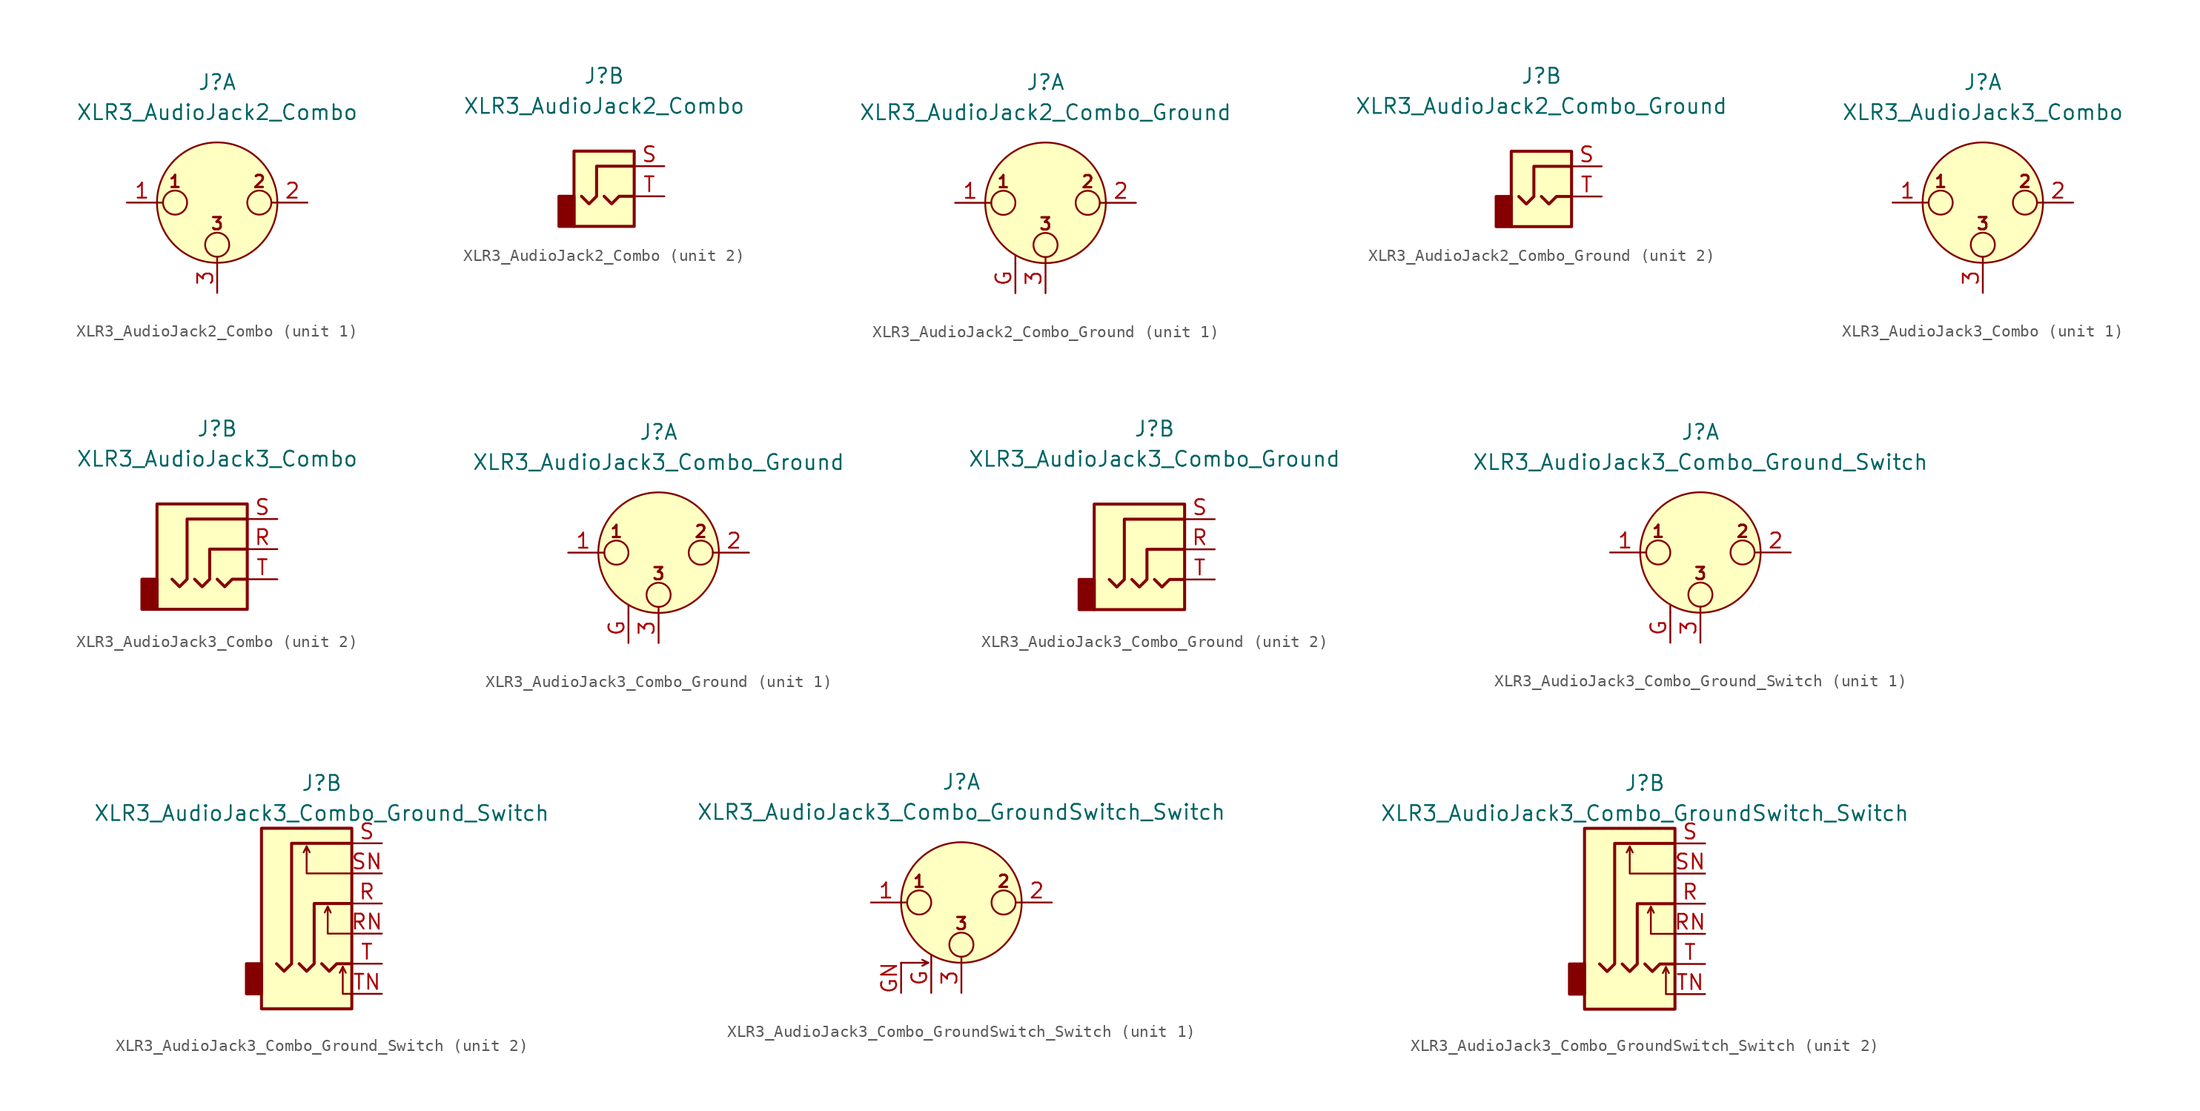
<source format=kicad_sym>
(kicad_symbol_lib
  (version 20201005)
  (generator kicad_symbol_editor)
  (symbol "XLR3_AudioJack2_Combo"
    (pin_names hide)
    (property "Reference" "J"
      (at 0 10.16 0)
      (effects (font (size 1.27 1.27))))
    (property "Value" "XLR3_AudioJack2_Combo"
      (at 0 7.62 0)
      (effects (font (size 1.27 1.27))))
    (symbol "XLR3_AudioJack2_Combo_1_1"
      (circle (center -3.556 0) (radius 1.016) (stroke (width 0)) (fill (type none)))
      (circle (center 0 -3.556) (radius 1.016) (stroke (width 0)) (fill (type none)))
      (circle (center 0 0) (radius 5.08) (stroke (width 0)) (fill (type background)))
      (circle (center 3.556 0) (radius 1.016) (stroke (width 0)) (fill (type none)))
      (text "1" (at -3.556 1.778 0) (effects (font (size 1.016 1.016) bold)))
      (text "2" (at 3.556 1.778 0) (effects (font (size 1.016 1.016) bold)))
      (text "3" (at 0 -1.778 0) (effects (font (size 1.016 1.016) bold)))
      (polyline (pts (xy -5.08 0) (xy -4.572 0)) (stroke (width 0)) (fill (type none)))
      (polyline (pts (xy 0 -5.08) (xy 0 -4.572)) (stroke (width 0)) (fill (type none)))
      (polyline (pts (xy 5.08 0) (xy 4.572 0)) (stroke (width 0)) (fill (type none)))
      (pin passive line (at -7.62 0 0) (length 2.54) (name "~" (effects (font (size 1.27 1.27)))) (number "1" (effects (font (size 1.27 1.27)))))
      (pin passive line (at 7.62 0 180) (length 2.54) (name "~" (effects (font (size 1.27 1.27)))) (number "2" (effects (font (size 1.27 1.27)))))
      (pin passive line (at 0 -7.62 90) (length 2.54) (name "~" (effects (font (size 1.27 1.27)))) (number "3" (effects (font (size 1.27 1.27))))))
    (symbol "XLR3_AudioJack2_Combo_2_1"
      (rectangle (start -2.54 0) (end -3.81 -2.54) (stroke (width 0.254)) (fill (type outline)))
      (rectangle (start 2.54 3.81) (end -2.54 -2.54) (stroke (width 0.254)) (fill (type background)))
      (polyline (pts (xy 0 0) (xy 0.635 -0.635) (xy 1.27 0) (xy 2.54 0)) (stroke (width 0.254)) (fill (type none)))
      (polyline (pts (xy 2.54 2.54) (xy -0.635 2.54) (xy -0.635 0) (xy -1.27 -0.635) (xy -1.905 0)) (stroke (width 0.254)) (fill (type none)))
      (pin passive line (at 5.08 2.54 180) (length 2.54) (name "~" (effects (font (size 1.27 1.27)))) (number "S" (effects (font (size 1.27 1.27)))))
      (pin passive line (at 5.08 0 180) (length 2.54) (name "~" (effects (font (size 1.27 1.27)))) (number "T" (effects (font (size 1.27 1.27)))))))
  (symbol "XLR3_AudioJack2_Combo_Ground"
    (pin_names hide)
    (property "Reference" "J"
      (at 0 10.16 0)
      (effects (font (size 1.27 1.27))))
    (property "Value" "XLR3_AudioJack2_Combo_Ground"
      (at 0 7.62 0)
      (effects (font (size 1.27 1.27))))
    (symbol "XLR3_AudioJack2_Combo_Ground_1_1"
      (circle (center -3.556 0) (radius 1.016) (stroke (width 0)) (fill (type none)))
      (circle (center 0 -3.556) (radius 1.016) (stroke (width 0)) (fill (type none)))
      (circle (center 0 0) (radius 5.08) (stroke (width 0)) (fill (type background)))
      (circle (center 3.556 0) (radius 1.016) (stroke (width 0)) (fill (type none)))
      (text "1" (at -3.556 1.778 0) (effects (font (size 1.016 1.016) bold)))
      (text "2" (at 3.556 1.778 0) (effects (font (size 1.016 1.016) bold)))
      (text "3" (at 0 -1.778 0) (effects (font (size 1.016 1.016) bold)))
      (polyline (pts (xy -5.08 0) (xy -4.572 0)) (stroke (width 0)) (fill (type none)))
      (polyline (pts (xy -2.54 -5.08) (xy -2.54 -4.445)) (stroke (width 0)) (fill (type none)))
      (polyline (pts (xy 0 -5.08) (xy 0 -4.572)) (stroke (width 0)) (fill (type none)))
      (polyline (pts (xy 5.08 0) (xy 4.572 0)) (stroke (width 0)) (fill (type none)))
      (pin passive line (at -7.62 0 0) (length 2.54) (name "~" (effects (font (size 1.27 1.27)))) (number "1" (effects (font (size 1.27 1.27)))))
      (pin passive line (at 7.62 0 180) (length 2.54) (name "~" (effects (font (size 1.27 1.27)))) (number "2" (effects (font (size 1.27 1.27)))))
      (pin passive line (at 0 -7.62 90) (length 2.54) (name "~" (effects (font (size 1.27 1.27)))) (number "3" (effects (font (size 1.27 1.27)))))
      (pin passive line (at -2.54 -7.62 90) (length 2.54) (name "~" (effects (font (size 1.27 1.27)))) (number "G" (effects (font (size 1.27 1.27))))))
    (symbol "XLR3_AudioJack2_Combo_Ground_2_1"
      (rectangle (start -2.54 0) (end -3.81 -2.54) (stroke (width 0.254)) (fill (type outline)))
      (rectangle (start 2.54 3.81) (end -2.54 -2.54) (stroke (width 0.254)) (fill (type background)))
      (polyline (pts (xy 0 0) (xy 0.635 -0.635) (xy 1.27 0) (xy 2.54 0)) (stroke (width 0.254)) (fill (type none)))
      (polyline (pts (xy 2.54 2.54) (xy -0.635 2.54) (xy -0.635 0) (xy -1.27 -0.635) (xy -1.905 0)) (stroke (width 0.254)) (fill (type none)))
      (pin passive line (at 5.08 2.54 180) (length 2.54) (name "~" (effects (font (size 1.27 1.27)))) (number "S" (effects (font (size 1.27 1.27)))))
      (pin passive line (at 5.08 0 180) (length 2.54) (name "~" (effects (font (size 1.27 1.27)))) (number "T" (effects (font (size 1.27 1.27)))))))
  (symbol "XLR3_AudioJack3_Combo"
    (pin_names hide)
    (property "Reference" "J"
      (at 0 10.16 0)
      (effects (font (size 1.27 1.27))))
    (property "Value" "XLR3_AudioJack3_Combo"
      (at 0 7.62 0)
      (effects (font (size 1.27 1.27))))
    (symbol "XLR3_AudioJack3_Combo_1_1"
      (circle (center -3.556 0) (radius 1.016) (stroke (width 0)) (fill (type none)))
      (circle (center 0 -3.556) (radius 1.016) (stroke (width 0)) (fill (type none)))
      (circle (center 0 0) (radius 5.08) (stroke (width 0)) (fill (type background)))
      (circle (center 3.556 0) (radius 1.016) (stroke (width 0)) (fill (type none)))
      (text "1" (at -3.556 1.778 0) (effects (font (size 1.016 1.016) bold)))
      (text "2" (at 3.556 1.778 0) (effects (font (size 1.016 1.016) bold)))
      (text "3" (at 0 -1.778 0) (effects (font (size 1.016 1.016) bold)))
      (polyline (pts (xy -5.08 0) (xy -4.572 0)) (stroke (width 0)) (fill (type none)))
      (polyline (pts (xy 0 -5.08) (xy 0 -4.572)) (stroke (width 0)) (fill (type none)))
      (polyline (pts (xy 5.08 0) (xy 4.572 0)) (stroke (width 0)) (fill (type none)))
      (pin passive line (at -7.62 0 0) (length 2.54) (name "~" (effects (font (size 1.27 1.27)))) (number "1" (effects (font (size 1.27 1.27)))))
      (pin passive line (at 7.62 0 180) (length 2.54) (name "~" (effects (font (size 1.27 1.27)))) (number "2" (effects (font (size 1.27 1.27)))))
      (pin passive line (at 0 -7.62 90) (length 2.54) (name "~" (effects (font (size 1.27 1.27)))) (number "3" (effects (font (size 1.27 1.27))))))
    (symbol "XLR3_AudioJack3_Combo_2_1"
      (rectangle (start -5.08 -2.54) (end -6.35 -5.08) (stroke (width 0.254)) (fill (type outline)))
      (rectangle (start 2.54 3.81) (end -5.08 -5.08) (stroke (width 0.254)) (fill (type background)))
      (polyline (pts (xy 0 -2.54) (xy 0.635 -3.175) (xy 1.27 -2.54) (xy 2.54 -2.54)) (stroke (width 0.254)) (fill (type none)))
      (polyline (pts (xy -1.905 -2.54) (xy -1.27 -3.175) (xy -0.635 -2.54) (xy -0.635 0) (xy 2.54 0)) (stroke (width 0.254)) (fill (type none)))
      (polyline (pts (xy 2.54 2.54) (xy -2.54 2.54) (xy -2.54 -2.54) (xy -3.175 -3.175) (xy -3.81 -2.54)) (stroke (width 0.254)) (fill (type none)))
      (pin passive line (at 5.08 0 180) (length 2.54) (name "~" (effects (font (size 1.27 1.27)))) (number "R" (effects (font (size 1.27 1.27)))))
      (pin passive line (at 5.08 2.54 180) (length 2.54) (name "~" (effects (font (size 1.27 1.27)))) (number "S" (effects (font (size 1.27 1.27)))))
      (pin passive line (at 5.08 -2.54 180) (length 2.54) (name "~" (effects (font (size 1.27 1.27)))) (number "T" (effects (font (size 1.27 1.27)))))))
  (symbol "XLR3_AudioJack3_Combo_Ground"
    (pin_names hide)
    (property "Reference" "J"
      (at 0 10.16 0)
      (effects (font (size 1.27 1.27))))
    (property "Value" "XLR3_AudioJack3_Combo_Ground"
      (at 0 7.62 0)
      (effects (font (size 1.27 1.27))))
    (symbol "XLR3_AudioJack3_Combo_Ground_1_1"
      (circle (center -3.556 0) (radius 1.016) (stroke (width 0)) (fill (type none)))
      (circle (center 0 -3.556) (radius 1.016) (stroke (width 0)) (fill (type none)))
      (circle (center 0 0) (radius 5.08) (stroke (width 0)) (fill (type background)))
      (circle (center 3.556 0) (radius 1.016) (stroke (width 0)) (fill (type none)))
      (text "1" (at -3.556 1.778 0) (effects (font (size 1.016 1.016) bold)))
      (text "2" (at 3.556 1.778 0) (effects (font (size 1.016 1.016) bold)))
      (text "3" (at 0 -1.778 0) (effects (font (size 1.016 1.016) bold)))
      (polyline (pts (xy -5.08 0) (xy -4.572 0)) (stroke (width 0)) (fill (type none)))
      (polyline (pts (xy -2.54 -5.08) (xy -2.54 -4.445)) (stroke (width 0)) (fill (type none)))
      (polyline (pts (xy 0 -5.08) (xy 0 -4.572)) (stroke (width 0)) (fill (type none)))
      (polyline (pts (xy 5.08 0) (xy 4.572 0)) (stroke (width 0)) (fill (type none)))
      (pin passive line (at -7.62 0 0) (length 2.54) (name "~" (effects (font (size 1.27 1.27)))) (number "1" (effects (font (size 1.27 1.27)))))
      (pin passive line (at 7.62 0 180) (length 2.54) (name "~" (effects (font (size 1.27 1.27)))) (number "2" (effects (font (size 1.27 1.27)))))
      (pin passive line (at 0 -7.62 90) (length 2.54) (name "~" (effects (font (size 1.27 1.27)))) (number "3" (effects (font (size 1.27 1.27)))))
      (pin passive line (at -2.54 -7.62 90) (length 2.54) (name "~" (effects (font (size 1.27 1.27)))) (number "G" (effects (font (size 1.27 1.27))))))
    (symbol "XLR3_AudioJack3_Combo_Ground_2_1"
      (rectangle (start -5.08 -2.54) (end -6.35 -5.08) (stroke (width 0.254)) (fill (type outline)))
      (rectangle (start 2.54 3.81) (end -5.08 -5.08) (stroke (width 0.254)) (fill (type background)))
      (polyline (pts (xy 0 -2.54) (xy 0.635 -3.175) (xy 1.27 -2.54) (xy 2.54 -2.54)) (stroke (width 0.254)) (fill (type none)))
      (polyline (pts (xy -1.905 -2.54) (xy -1.27 -3.175) (xy -0.635 -2.54) (xy -0.635 0) (xy 2.54 0)) (stroke (width 0.254)) (fill (type none)))
      (polyline (pts (xy 2.54 2.54) (xy -2.54 2.54) (xy -2.54 -2.54) (xy -3.175 -3.175) (xy -3.81 -2.54)) (stroke (width 0.254)) (fill (type none)))
      (pin passive line (at 5.08 0 180) (length 2.54) (name "~" (effects (font (size 1.27 1.27)))) (number "R" (effects (font (size 1.27 1.27)))))
      (pin passive line (at 5.08 2.54 180) (length 2.54) (name "~" (effects (font (size 1.27 1.27)))) (number "S" (effects (font (size 1.27 1.27)))))
      (pin passive line (at 5.08 -2.54 180) (length 2.54) (name "~" (effects (font (size 1.27 1.27)))) (number "T" (effects (font (size 1.27 1.27)))))))
  (symbol "XLR3_AudioJack3_Combo_Ground_Switch"
    (pin_names hide)
    (property "Reference" "J"
      (at 0 10.16 0)
      (effects (font (size 1.27 1.27))))
    (property "Value" "XLR3_AudioJack3_Combo_Ground_Switch"
      (at 0 7.62 0)
      (effects (font (size 1.27 1.27))))
    (symbol "XLR3_AudioJack3_Combo_Ground_Switch_1_1"
      (circle (center -3.556 0) (radius 1.016) (stroke (width 0)) (fill (type none)))
      (circle (center 0 -3.556) (radius 1.016) (stroke (width 0)) (fill (type none)))
      (circle (center 0 0) (radius 5.08) (stroke (width 0)) (fill (type background)))
      (circle (center 3.556 0) (radius 1.016) (stroke (width 0)) (fill (type none)))
      (text "1" (at -3.556 1.778 0) (effects (font (size 1.016 1.016) bold)))
      (text "2" (at 3.556 1.778 0) (effects (font (size 1.016 1.016) bold)))
      (text "3" (at 0 -1.778 0) (effects (font (size 1.016 1.016) bold)))
      (polyline (pts (xy -5.08 0) (xy -4.572 0)) (stroke (width 0)) (fill (type none)))
      (polyline (pts (xy -2.54 -5.08) (xy -2.54 -4.445)) (stroke (width 0)) (fill (type none)))
      (polyline (pts (xy 0 -5.08) (xy 0 -4.572)) (stroke (width 0)) (fill (type none)))
      (polyline (pts (xy 5.08 0) (xy 4.572 0)) (stroke (width 0)) (fill (type none)))
      (pin passive line (at -7.62 0 0) (length 2.54) (name "~" (effects (font (size 1.27 1.27)))) (number "1" (effects (font (size 1.27 1.27)))))
      (pin passive line (at 7.62 0 180) (length 2.54) (name "~" (effects (font (size 1.27 1.27)))) (number "2" (effects (font (size 1.27 1.27)))))
      (pin passive line (at 0 -7.62 90) (length 2.54) (name "~" (effects (font (size 1.27 1.27)))) (number "3" (effects (font (size 1.27 1.27)))))
      (pin passive line (at -2.54 -7.62 90) (length 2.54) (name "~" (effects (font (size 1.27 1.27)))) (number "G" (effects (font (size 1.27 1.27))))))
    (symbol "XLR3_AudioJack3_Combo_Ground_Switch_2_1"
      (rectangle (start -5.08 -5.08) (end -6.35 -7.62) (stroke (width 0.254)) (fill (type outline)))
      (rectangle (start 2.54 6.35) (end -5.08 -8.89) (stroke (width 0.254)) (fill (type background)))
      (polyline (pts (xy -1.27 4.826) (xy -1.016 4.318)) (stroke (width 0)) (fill (type none)))
      (polyline (pts (xy 0.508 -0.254) (xy 0.762 -0.762)) (stroke (width 0)) (fill (type none)))
      (polyline (pts (xy 1.778 -5.334) (xy 2.032 -5.842)) (stroke (width 0)) (fill (type none)))
      (polyline (pts (xy 0 -5.08) (xy 0.635 -5.715) (xy 1.27 -5.08) (xy 2.54 -5.08)) (stroke (width 0.254)) (fill (type none)))
      (polyline (pts (xy 2.54 -7.62) (xy 1.778 -7.62) (xy 1.778 -5.334) (xy 1.524 -5.842)) (stroke (width 0)) (fill (type none)))
      (polyline (pts (xy 2.54 -2.54) (xy 0.508 -2.54) (xy 0.508 -0.254) (xy 0.254 -0.762)) (stroke (width 0)) (fill (type none)))
      (polyline (pts (xy 2.54 2.54) (xy -1.27 2.54) (xy -1.27 4.826) (xy -1.524 4.318)) (stroke (width 0)) (fill (type none)))
      (polyline (pts (xy -1.905 -5.08) (xy -1.27 -5.715) (xy -0.635 -5.08) (xy -0.635 0) (xy 2.54 0)) (stroke (width 0.254)) (fill (type none)))
      (polyline (pts (xy 2.54 5.08) (xy -2.54 5.08) (xy -2.54 -5.08) (xy -3.175 -5.715) (xy -3.81 -5.08)) (stroke (width 0.254)) (fill (type none)))
      (pin passive line (at 5.08 0 180) (length 2.54) (name "~" (effects (font (size 1.27 1.27)))) (number "R" (effects (font (size 1.27 1.27)))))
      (pin passive line (at 5.08 -2.54 180) (length 2.54) (name "~" (effects (font (size 1.27 1.27)))) (number "RN" (effects (font (size 1.27 1.27)))))
      (pin passive line (at 5.08 5.08 180) (length 2.54) (name "~" (effects (font (size 1.27 1.27)))) (number "S" (effects (font (size 1.27 1.27)))))
      (pin passive line (at 5.08 2.54 180) (length 2.54) (name "~" (effects (font (size 1.27 1.27)))) (number "SN" (effects (font (size 1.27 1.27)))))
      (pin passive line (at 5.08 -5.08 180) (length 2.54) (name "~" (effects (font (size 1.27 1.27)))) (number "T" (effects (font (size 1.27 1.27)))))
      (pin passive line (at 5.08 -7.62 180) (length 2.54) (name "~" (effects (font (size 1.27 1.27)))) (number "TN" (effects (font (size 1.27 1.27)))))))
  (symbol "XLR3_AudioJack3_Combo_GroundSwitch_Switch"
    (pin_names hide)
    (property "Reference" "J"
      (at 0 10.16 0)
      (effects (font (size 1.27 1.27))))
    (property "Value" "XLR3_AudioJack3_Combo_GroundSwitch_Switch"
      (at 0 7.62 0)
      (effects (font (size 1.27 1.27))))
    (symbol "XLR3_AudioJack3_Combo_GroundSwitch_Switch_1_1"
      (circle (center -3.556 0) (radius 1.016) (stroke (width 0)) (fill (type none)))
      (circle (center 0 -3.556) (radius 1.016) (stroke (width 0)) (fill (type none)))
      (circle (center 0 0) (radius 5.08) (stroke (width 0)) (fill (type background)))
      (circle (center 3.556 0) (radius 1.016) (stroke (width 0)) (fill (type none)))
      (text "1" (at -3.556 1.778 0) (effects (font (size 1.016 1.016) bold)))
      (text "2" (at 3.556 1.778 0) (effects (font (size 1.016 1.016) bold)))
      (text "3" (at 0 -1.778 0) (effects (font (size 1.016 1.016) bold)))
      (polyline (pts (xy -5.08 0) (xy -4.572 0)) (stroke (width 0)) (fill (type none)))
      (polyline (pts (xy -2.794 -5.08) (xy -3.302 -5.334)) (stroke (width 0)) (fill (type none)))
      (polyline (pts (xy -2.54 -5.08) (xy -2.54 -4.445)) (stroke (width 0)) (fill (type none)))
      (polyline (pts (xy 0 -5.08) (xy 0 -4.572)) (stroke (width 0)) (fill (type none)))
      (polyline (pts (xy 5.08 0) (xy 4.572 0)) (stroke (width 0)) (fill (type none)))
      (polyline (pts (xy -5.08 -5.08) (xy -2.794 -5.08) (xy -3.302 -4.826)) (stroke (width 0)) (fill (type none)))
      (pin passive line (at -7.62 0 0) (length 2.54) (name "~" (effects (font (size 1.27 1.27)))) (number "1" (effects (font (size 1.27 1.27)))))
      (pin passive line (at 7.62 0 180) (length 2.54) (name "~" (effects (font (size 1.27 1.27)))) (number "2" (effects (font (size 1.27 1.27)))))
      (pin passive line (at 0 -7.62 90) (length 2.54) (name "~" (effects (font (size 1.27 1.27)))) (number "3" (effects (font (size 1.27 1.27)))))
      (pin passive line (at -2.54 -7.62 90) (length 2.54) (name "~" (effects (font (size 1.27 1.27)))) (number "G" (effects (font (size 1.27 1.27)))))
      (pin passive line (at -5.08 -7.62 90) (length 2.54) (name "~" (effects (font (size 1.27 1.27)))) (number "GN" (effects (font (size 1.27 1.27))))))
    (symbol "XLR3_AudioJack3_Combo_GroundSwitch_Switch_2_1"
      (rectangle (start -5.08 -5.08) (end -6.35 -7.62) (stroke (width 0.254)) (fill (type outline)))
      (rectangle (start 2.54 6.35) (end -5.08 -8.89) (stroke (width 0.254)) (fill (type background)))
      (polyline (pts (xy -1.27 4.826) (xy -1.016 4.318)) (stroke (width 0)) (fill (type none)))
      (polyline (pts (xy 0.508 -0.254) (xy 0.762 -0.762)) (stroke (width 0)) (fill (type none)))
      (polyline (pts (xy 1.778 -5.334) (xy 2.032 -5.842)) (stroke (width 0)) (fill (type none)))
      (polyline (pts (xy 0 -5.08) (xy 0.635 -5.715) (xy 1.27 -5.08) (xy 2.54 -5.08)) (stroke (width 0.254)) (fill (type none)))
      (polyline (pts (xy 2.54 -7.62) (xy 1.778 -7.62) (xy 1.778 -5.334) (xy 1.524 -5.842)) (stroke (width 0)) (fill (type none)))
      (polyline (pts (xy 2.54 -2.54) (xy 0.508 -2.54) (xy 0.508 -0.254) (xy 0.254 -0.762)) (stroke (width 0)) (fill (type none)))
      (polyline (pts (xy 2.54 2.54) (xy -1.27 2.54) (xy -1.27 4.826) (xy -1.524 4.318)) (stroke (width 0)) (fill (type none)))
      (polyline (pts (xy -1.905 -5.08) (xy -1.27 -5.715) (xy -0.635 -5.08) (xy -0.635 0) (xy 2.54 0)) (stroke (width 0.254)) (fill (type none)))
      (polyline (pts (xy 2.54 5.08) (xy -2.54 5.08) (xy -2.54 -5.08) (xy -3.175 -5.715) (xy -3.81 -5.08)) (stroke (width 0.254)) (fill (type none)))
      (pin passive line (at 5.08 0 180) (length 2.54) (name "~" (effects (font (size 1.27 1.27)))) (number "R" (effects (font (size 1.27 1.27)))))
      (pin passive line (at 5.08 -2.54 180) (length 2.54) (name "~" (effects (font (size 1.27 1.27)))) (number "RN" (effects (font (size 1.27 1.27)))))
      (pin passive line (at 5.08 5.08 180) (length 2.54) (name "~" (effects (font (size 1.27 1.27)))) (number "S" (effects (font (size 1.27 1.27)))))
      (pin passive line (at 5.08 2.54 180) (length 2.54) (name "~" (effects (font (size 1.27 1.27)))) (number "SN" (effects (font (size 1.27 1.27)))))
      (pin passive line (at 5.08 -5.08 180) (length 2.54) (name "~" (effects (font (size 1.27 1.27)))) (number "T" (effects (font (size 1.27 1.27)))))
      (pin passive line (at 5.08 -7.62 180) (length 2.54) (name "~" (effects (font (size 1.27 1.27)))) (number "TN" (effects (font (size 1.27 1.27))))))))
</source>
